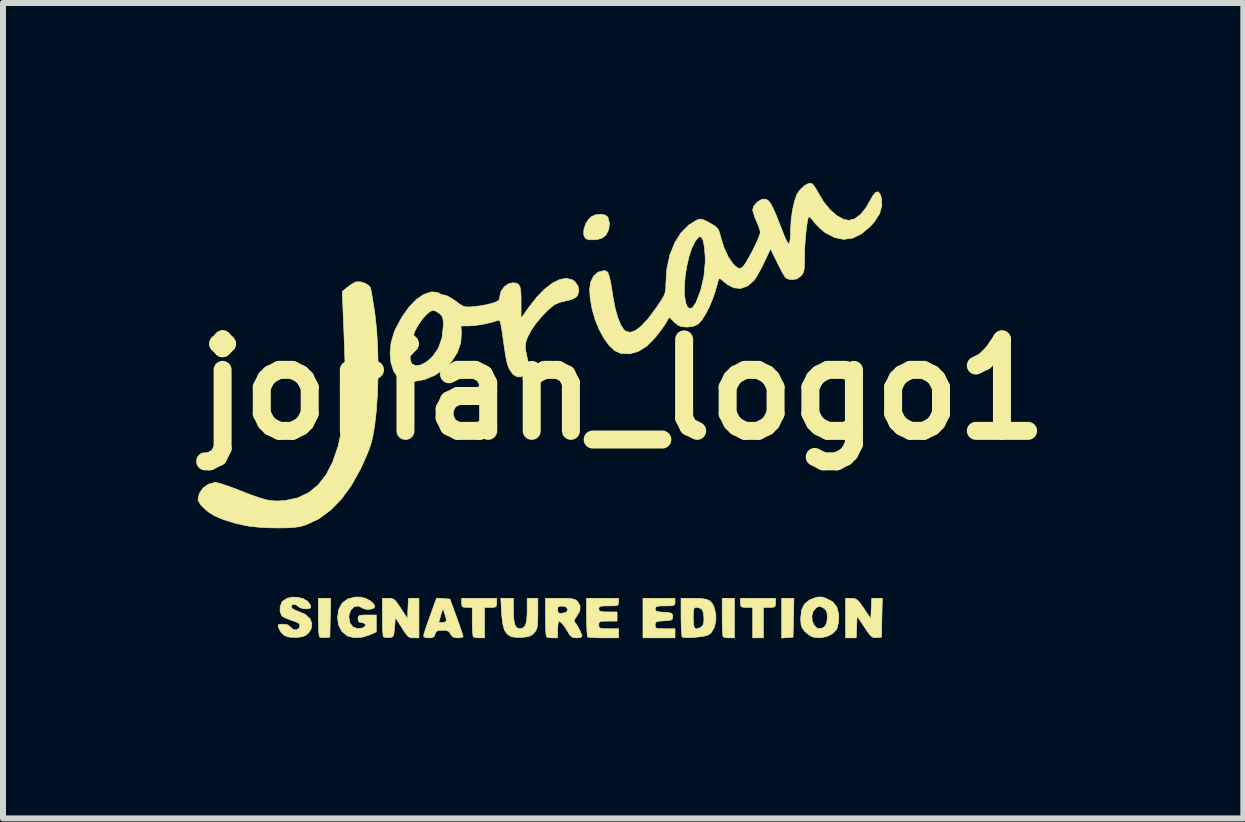
<source format=kicad_pcb>
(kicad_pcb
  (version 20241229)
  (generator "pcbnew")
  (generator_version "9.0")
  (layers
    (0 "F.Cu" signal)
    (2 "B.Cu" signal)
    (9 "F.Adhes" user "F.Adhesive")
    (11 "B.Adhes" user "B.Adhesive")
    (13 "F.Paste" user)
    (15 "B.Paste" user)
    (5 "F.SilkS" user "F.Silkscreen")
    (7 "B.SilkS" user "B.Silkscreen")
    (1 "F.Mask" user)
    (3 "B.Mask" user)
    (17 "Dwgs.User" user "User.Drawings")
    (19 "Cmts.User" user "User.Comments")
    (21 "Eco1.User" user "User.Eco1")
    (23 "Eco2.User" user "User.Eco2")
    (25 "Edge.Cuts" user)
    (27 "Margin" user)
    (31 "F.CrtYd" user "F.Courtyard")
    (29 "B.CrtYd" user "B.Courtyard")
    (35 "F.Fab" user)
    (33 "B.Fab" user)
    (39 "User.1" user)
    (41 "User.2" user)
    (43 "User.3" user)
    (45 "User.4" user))
  (footprint "jorian_logo1"
    (layer "F.Cu")
    (at 7.337 3.442)
    (property "Reference" "jorian_logo1" (at 0 0 0) (layer "F.SilkS") (effects (font (size 1.524 1.524) (thickness 0.3))))
    (attr through_hole)
    (fp_poly (pts (xy 2.839 3.804) (xy 2.832 4.128) (xy 2.642 4.143) (xy 2.642 3.48) (xy 2.846 3.48) (xy 2.839 3.804)) (stroke (width 0.01) (type solid)) (fill yes) (layer "F.SilkS"))
    (fp_poly (pts (xy -4.882 3.804) (xy -4.889 4.128) (xy -4.967 4.135) (xy -5.027 4.135) (xy -5.062 4.124) (xy -5.069 4.093) (xy -5.075 4.022) (xy -5.078 3.921) (xy -5.08 3.8) (xy -5.08 3.793) (xy -5.08 3.48) (xy -4.875 3.48) (xy -4.882 3.804)) (stroke (width 0.01) (type solid)) (fill yes) (layer "F.SilkS"))
    (fp_poly (pts (xy 1.854 4.14) (xy 1.77 4.14) (xy 1.707 4.136) (xy 1.669 4.124) (xy 1.668 4.123) (xy 1.661 4.093) (xy 1.656 4.022) (xy 1.652 3.921) (xy 1.651 3.8) (xy 1.651 3.793) (xy 1.651 3.48) (xy 1.854 3.48) (xy 1.854 4.14)) (stroke (width 0.01) (type solid)) (fill yes) (layer "F.SilkS"))
    (fp_poly (pts (xy 2.54 3.556) (xy 2.536 3.605) (xy 2.514 3.627) (xy 2.46 3.632) (xy 2.438 3.632) (xy 2.337 3.632) (xy 2.337 4.14) (xy 2.159 4.14) (xy 2.159 3.632) (xy 2.057 3.632) (xy 1.992 3.629) (xy 1.963 3.613) (xy 1.956 3.572) (xy 1.956 3.556) (xy 1.956 3.48) (xy 2.54 3.48) (xy 2.54 3.556)) (stroke (width 0.01) (type solid)) (fill yes) (layer "F.SilkS"))
    (fp_poly (pts (xy -0.301 -2.908) (xy -0.255 -2.873) (xy -0.255 -2.872) (xy -0.229 -2.776) (xy -0.239 -2.671) (xy -0.283 -2.581) (xy -0.287 -2.576) (xy -0.343 -2.528) (xy -0.418 -2.503) (xy -0.471 -2.496) (xy -0.571 -2.496) (xy -0.627 -2.516) (xy -0.629 -2.518) (xy -0.658 -2.58) (xy -0.655 -2.665) (xy -0.627 -2.755) (xy -0.576 -2.837) (xy -0.528 -2.881) (xy -0.456 -2.913) (xy -0.374 -2.921) (xy -0.301 -2.908)) (stroke (width 0.01) (type solid)) (fill yes) (layer "F.SilkS"))
    (fp_poly (pts (xy -2.108 3.556) (xy -2.112 3.605) (xy -2.134 3.627) (xy -2.188 3.632) (xy -2.21 3.632) (xy -2.311 3.632) (xy -2.311 4.14) (xy -2.396 4.14) (xy -2.459 4.136) (xy -2.497 4.124) (xy -2.498 4.123) (xy -2.505 4.092) (xy -2.511 4.022) (xy -2.514 3.926) (xy -2.515 3.869) (xy -2.515 3.632) (xy -2.603 3.632) (xy -2.663 3.628) (xy -2.688 3.606) (xy -2.692 3.556) (xy -2.692 3.48) (xy -2.108 3.48) (xy -2.108 3.556)) (stroke (width 0.01) (type solid)) (fill yes) (layer "F.SilkS"))
    (fp_poly (pts (xy 4.312 3.804) (xy 4.305 4.128) (xy 4.224 4.135) (xy 4.182 4.136) (xy 4.148 4.123) (xy 4.112 4.089) (xy 4.065 4.025) (xy 4.021 3.96) (xy 3.899 3.776) (xy 3.884 4.14) (xy 3.708 4.14) (xy 3.708 3.48) (xy 3.804 3.48) (xy 3.853 3.484) (xy 3.892 3.499) (xy 3.93 3.535) (xy 3.978 3.6) (xy 4.013 3.652) (xy 4.128 3.823) (xy 4.135 3.651) (xy 4.143 3.48) (xy 4.32 3.48) (xy 4.312 3.804)) (stroke (width 0.01) (type solid)) (fill yes) (layer "F.SilkS"))
    (fp_poly (pts (xy -3.864 3.482) (xy -3.825 3.496) (xy -3.789 3.53) (xy -3.743 3.593) (xy -3.705 3.65) (xy -3.594 3.821) (xy -3.587 3.65) (xy -3.579 3.48) (xy -3.404 3.48) (xy -3.404 4.14) (xy -3.493 4.14) (xy -3.541 4.137) (xy -3.578 4.121) (xy -3.614 4.083) (xy -3.661 4.015) (xy -3.69 3.969) (xy -3.797 3.798) (xy -3.81 3.963) (xy -3.818 4.051) (xy -3.829 4.101) (xy -3.849 4.125) (xy -3.884 4.133) (xy -3.9 4.135) (xy -3.96 4.135) (xy -3.995 4.124) (xy -4.002 4.093) (xy -4.008 4.022) (xy -4.012 3.921) (xy -4.013 3.8) (xy -4.013 3.793) (xy -4.013 3.48) (xy -3.915 3.48) (xy -3.864 3.482)) (stroke (width 0.01) (type solid)) (fill yes) (layer "F.SilkS"))
    (fp_poly (pts (xy -1.829 3.685) (xy -1.824 3.822) (xy -1.808 3.915) (xy -1.779 3.968) (xy -1.736 3.987) (xy -1.728 3.988) (xy -1.671 3.976) (xy -1.633 3.937) (xy -1.61 3.864) (xy -1.601 3.75) (xy -1.6 3.694) (xy -1.6 3.48) (xy -1.422 3.48) (xy -1.422 3.732) (xy -1.424 3.851) (xy -1.428 3.931) (xy -1.439 3.984) (xy -1.458 4.024) (xy -1.482 4.054) (xy -1.529 4.097) (xy -1.588 4.12) (xy -1.678 4.131) (xy -1.678 4.131) (xy -1.767 4.132) (xy -1.843 4.124) (xy -1.872 4.116) (xy -1.933 4.076) (xy -1.977 4.013) (xy -2.005 3.917) (xy -2.022 3.783) (xy -2.026 3.72) (xy -2.039 3.48) (xy -1.829 3.48) (xy -1.829 3.685)) (stroke (width 0.01) (type solid)) (fill yes) (layer "F.SilkS"))
    (fp_poly (pts (xy 0.864 3.543) (xy 0.861 3.577) (xy 0.844 3.596) (xy 0.803 3.605) (xy 0.725 3.607) (xy 0.699 3.607) (xy 0.609 3.608) (xy 0.559 3.616) (xy 0.538 3.632) (xy 0.533 3.656) (xy 0.54 3.685) (xy 0.569 3.702) (xy 0.631 3.71) (xy 0.679 3.713) (xy 0.762 3.719) (xy 0.805 3.73) (xy 0.823 3.752) (xy 0.826 3.785) (xy 0.822 3.821) (xy 0.802 3.841) (xy 0.754 3.851) (xy 0.679 3.856) (xy 0.597 3.862) (xy 0.553 3.873) (xy 0.536 3.894) (xy 0.533 3.926) (xy 0.536 3.959) (xy 0.553 3.978) (xy 0.595 3.986) (xy 0.674 3.988) (xy 0.699 3.988) (xy 0.864 3.988) (xy 0.864 4.14) (xy 0.33 4.14) (xy 0.33 3.48) (xy 0.864 3.48) (xy 0.864 3.543)) (stroke (width 0.01) (type solid)) (fill yes) (layer "F.SilkS"))
    (fp_poly (pts (xy -0.076 3.543) (xy -0.079 3.577) (xy -0.095 3.596) (xy -0.137 3.605) (xy -0.214 3.607) (xy -0.241 3.607) (xy -0.331 3.608) (xy -0.38 3.615) (xy -0.402 3.631) (xy -0.406 3.658) (xy -0.401 3.686) (xy -0.376 3.701) (xy -0.322 3.707) (xy -0.254 3.708) (xy -0.102 3.708) (xy -0.102 3.861) (xy -0.254 3.861) (xy -0.338 3.862) (xy -0.384 3.869) (xy -0.403 3.888) (xy -0.406 3.922) (xy -0.406 3.924) (xy -0.404 3.958) (xy -0.387 3.977) (xy -0.346 3.986) (xy -0.268 3.988) (xy -0.241 3.988) (xy -0.076 3.988) (xy -0.076 4.14) (xy -0.326 4.14) (xy -0.434 4.139) (xy -0.522 4.134) (xy -0.579 4.128) (xy -0.593 4.123) (xy -0.599 4.093) (xy -0.604 4.022) (xy -0.608 3.921) (xy -0.61 3.8) (xy -0.61 3.793) (xy -0.61 3.48) (xy -0.076 3.48) (xy -0.076 3.543)) (stroke (width 0.01) (type solid)) (fill yes) (layer "F.SilkS"))
    (fp_poly (pts (xy 1.3 3.484) (xy 1.39 3.498) (xy 1.451 3.528) (xy 1.492 3.577) (xy 1.513 3.621) (xy 1.544 3.739) (xy 1.545 3.86) (xy 1.518 3.969) (xy 1.466 4.055) (xy 1.42 4.091) (xy 1.369 4.107) (xy 1.289 4.121) (xy 1.196 4.131) (xy 1.104 4.137) (xy 1.03 4.136) (xy 0.987 4.128) (xy 0.984 4.126) (xy 0.977 4.094) (xy 0.971 4.022) (xy 0.967 3.921) (xy 0.965 3.81) (xy 1.168 3.81) (xy 1.172 3.913) (xy 1.186 3.971) (xy 1.216 3.991) (xy 1.266 3.977) (xy 1.297 3.962) (xy 1.329 3.931) (xy 1.344 3.875) (xy 1.346 3.814) (xy 1.337 3.715) (xy 1.306 3.657) (xy 1.248 3.633) (xy 1.227 3.632) (xy 1.196 3.636) (xy 1.179 3.653) (xy 1.171 3.695) (xy 1.168 3.773) (xy 1.168 3.81) (xy 0.965 3.81) (xy 0.965 3.8) (xy 0.965 3.793) (xy 0.965 3.48) (xy 1.17 3.48) (xy 1.3 3.484)) (stroke (width 0.01) (type solid)) (fill yes) (layer "F.SilkS"))
    (fp_poly (pts (xy -4.374 3.461) (xy -4.288 3.484) (xy -4.211 3.526) (xy -4.157 3.577) (xy -4.14 3.621) (xy -4.162 3.648) (xy -4.214 3.663) (xy -4.277 3.665) (xy -4.332 3.651) (xy -4.345 3.642) (xy -4.413 3.609) (xy -4.479 3.619) (xy -4.533 3.666) (xy -4.566 3.743) (xy -4.572 3.797) (xy -4.553 3.895) (xy -4.5 3.961) (xy -4.422 3.988) (xy -4.333 3.972) (xy -4.296 3.942) (xy -4.3 3.908) (xy -4.341 3.887) (xy -4.356 3.886) (xy -4.404 3.876) (xy -4.419 3.834) (xy -4.42 3.823) (xy -4.416 3.788) (xy -4.399 3.769) (xy -4.355 3.761) (xy -4.273 3.759) (xy -4.267 3.759) (xy -4.115 3.759) (xy -4.115 4.041) (xy -4.223 4.09) (xy -4.345 4.128) (xy -4.468 4.137) (xy -4.575 4.117) (xy -4.595 4.108) (xy -4.689 4.033) (xy -4.744 3.926) (xy -4.761 3.8) (xy -4.74 3.664) (xy -4.682 3.559) (xy -4.589 3.49) (xy -4.466 3.459) (xy -4.374 3.461)) (stroke (width 0.01) (type solid)) (fill yes) (layer "F.SilkS"))
    (fp_poly (pts (xy 3.308 3.459) (xy 3.382 3.481) (xy 3.492 3.539) (xy 3.561 3.625) (xy 3.592 3.743) (xy 3.594 3.795) (xy 3.587 3.886) (xy 3.57 3.967) (xy 3.559 3.996) (xy 3.494 4.067) (xy 3.398 4.116) (xy 3.287 4.138) (xy 3.176 4.129) (xy 3.137 4.116) (xy 3.085 4.083) (xy 3.027 4.032) (xy 3.023 4.027) (xy 2.985 3.976) (xy 2.965 3.918) (xy 2.959 3.833) (xy 2.959 3.81) (xy 2.963 3.774) (xy 3.145 3.774) (xy 3.151 3.855) (xy 3.18 3.927) (xy 3.228 3.975) (xy 3.277 3.988) (xy 3.332 3.971) (xy 3.364 3.948) (xy 3.392 3.891) (xy 3.404 3.804) (xy 3.404 3.796) (xy 3.398 3.718) (xy 3.374 3.671) (xy 3.34 3.643) (xy 3.29 3.616) (xy 3.251 3.62) (xy 3.213 3.643) (xy 3.165 3.698) (xy 3.145 3.774) (xy 2.963 3.774) (xy 2.974 3.676) (xy 3.021 3.578) (xy 3.105 3.509) (xy 3.171 3.481) (xy 3.247 3.459) (xy 3.308 3.459)) (stroke (width 0.01) (type solid)) (fill yes) (layer "F.SilkS"))
    (fp_poly (pts (xy -2.999 3.485) (xy -2.887 3.493) (xy -2.777 3.796) (xy -2.735 3.912) (xy -2.701 4.011) (xy -2.677 4.083) (xy -2.667 4.119) (xy -2.667 4.12) (xy -2.689 4.133) (xy -2.744 4.14) (xy -2.756 4.14) (xy -2.825 4.131) (xy -2.864 4.098) (xy -2.875 4.077) (xy -2.903 4.035) (xy -2.947 4.017) (xy -3.011 4.013) (xy -3.081 4.017) (xy -3.117 4.035) (xy -3.134 4.075) (xy -3.135 4.077) (xy -3.155 4.121) (xy -3.198 4.138) (xy -3.239 4.14) (xy -3.302 4.132) (xy -3.327 4.11) (xy -3.327 4.108) (xy -3.319 4.073) (xy -3.297 4.001) (xy -3.263 3.902) (xy -3.256 3.88) (xy -3.073 3.88) (xy -3.052 3.885) (xy -3.01 3.886) (xy -2.961 3.874) (xy -2.946 3.852) (xy -2.954 3.806) (xy -2.974 3.739) (xy -2.976 3.733) (xy -3.005 3.648) (xy -3.039 3.761) (xy -3.059 3.829) (xy -3.071 3.872) (xy -3.073 3.88) (xy -3.256 3.88) (xy -3.223 3.786) (xy -3.219 3.777) (xy -3.111 3.478) (xy -2.999 3.485)) (stroke (width 0.01) (type solid)) (fill yes) (layer "F.SilkS"))
    (fp_poly (pts (xy -5.42 3.464) (xy -5.329 3.489) (xy -5.256 3.533) (xy -5.213 3.594) (xy -5.207 3.631) (xy -5.228 3.651) (xy -5.279 3.657) (xy -5.34 3.651) (xy -5.392 3.634) (xy -5.41 3.619) (xy -5.454 3.588) (xy -5.5 3.582) (xy -5.53 3.601) (xy -5.533 3.625) (xy -5.502 3.661) (xy -5.431 3.694) (xy -5.41 3.701) (xy -5.297 3.75) (xy -5.222 3.818) (xy -5.188 3.899) (xy -5.199 3.986) (xy -5.241 4.054) (xy -5.289 4.097) (xy -5.349 4.121) (xy -5.438 4.132) (xy -5.563 4.128) (xy -5.642 4.103) (xy -5.7 4.051) (xy -5.736 3.988) (xy -5.751 3.938) (xy -5.741 3.917) (xy -5.694 3.912) (xy -5.669 3.912) (xy -5.59 3.923) (xy -5.543 3.962) (xy -5.542 3.964) (xy -5.496 4.003) (xy -5.443 4.007) (xy -5.401 3.977) (xy -5.39 3.946) (xy -5.392 3.912) (xy -5.419 3.887) (xy -5.48 3.863) (xy -5.52 3.851) (xy -5.602 3.821) (xy -5.667 3.789) (xy -5.691 3.771) (xy -5.719 3.701) (xy -5.717 3.617) (xy -5.686 3.542) (xy -5.678 3.531) (xy -5.607 3.483) (xy -5.517 3.461) (xy -5.42 3.464)) (stroke (width 0.01) (type solid)) (fill yes) (layer "F.SilkS"))
    (fp_poly (pts (xy -0.937 3.481) (xy -0.86 3.487) (xy -0.809 3.499) (xy -0.775 3.519) (xy -0.762 3.531) (xy -0.718 3.605) (xy -0.722 3.69) (xy -0.775 3.78) (xy -0.775 3.781) (xy -0.813 3.837) (xy -0.816 3.87) (xy -0.813 3.873) (xy -0.785 3.906) (xy -0.748 3.967) (xy -0.713 4.035) (xy -0.69 4.093) (xy -0.686 4.114) (xy -0.708 4.131) (xy -0.763 4.14) (xy -0.776 4.14) (xy -0.845 4.131) (xy -0.889 4.095) (xy -0.909 4.061) (xy -0.964 3.97) (xy -1.016 3.902) (xy -1.057 3.864) (xy -1.069 3.861) (xy -1.082 3.884) (xy -1.09 3.943) (xy -1.092 4) (xy -1.092 4.14) (xy -1.177 4.14) (xy -1.24 4.136) (xy -1.277 4.124) (xy -1.278 4.123) (xy -1.285 4.093) (xy -1.29 4.022) (xy -1.294 3.921) (xy -1.295 3.8) (xy -1.295 3.793) (xy -1.295 3.67) (xy -1.092 3.67) (xy -1.086 3.716) (xy -1.059 3.731) (xy -1.01 3.729) (xy -0.95 3.715) (xy -0.928 3.684) (xy -0.927 3.67) (xy -0.94 3.632) (xy -0.988 3.614) (xy -1.01 3.612) (xy -1.066 3.611) (xy -1.089 3.631) (xy -1.092 3.67) (xy -1.295 3.67) (xy -1.295 3.48) (xy -1.054 3.48) (xy -0.937 3.481)) (stroke (width 0.01) (type solid)) (fill yes) (layer "F.SilkS"))
    (fp_poly (pts (xy -4.298 -1.768) (xy -4.234 -1.725) (xy -4.217 -1.702) (xy -4.205 -1.663) (xy -4.189 -1.583) (xy -4.171 -1.472) (xy -4.15 -1.339) (xy -4.136 -1.242) (xy -4.11 -0.999) (xy -4.093 -0.734) (xy -4.086 -0.457) (xy -4.087 -0.176) (xy -4.097 0.099) (xy -4.115 0.358) (xy -4.141 0.592) (xy -4.175 0.793) (xy -4.206 0.914) (xy -4.234 0.994) (xy -4.278 1.104) (xy -4.333 1.229) (xy -4.382 1.333) (xy -4.53 1.599) (xy -4.697 1.827) (xy -4.88 2.014) (xy -5.077 2.158) (xy -5.285 2.255) (xy -5.386 2.284) (xy -5.481 2.298) (xy -5.613 2.306) (xy -5.766 2.308) (xy -5.927 2.304) (xy -6.082 2.295) (xy -6.217 2.281) (xy -6.265 2.274) (xy -6.479 2.226) (xy -6.674 2.164) (xy -6.811 2.106) (xy -6.901 2.05) (xy -6.983 1.982) (xy -7.048 1.912) (xy -7.083 1.85) (xy -7.087 1.831) (xy -7.063 1.73) (xy -7.001 1.642) (xy -6.912 1.578) (xy -6.807 1.55) (xy -6.793 1.549) (xy -6.746 1.559) (xy -6.663 1.584) (xy -6.553 1.622) (xy -6.427 1.669) (xy -6.372 1.691) (xy -6.201 1.757) (xy -6.066 1.805) (xy -5.956 1.837) (xy -5.861 1.854) (xy -5.771 1.859) (xy -5.675 1.854) (xy -5.629 1.85) (xy -5.424 1.806) (xy -5.242 1.72) (xy -5.085 1.592) (xy -4.951 1.42) (xy -4.84 1.205) (xy -4.751 0.946) (xy -4.685 0.642) (xy -4.64 0.293) (xy -4.634 0.221) (xy -4.631 0.14) (xy -4.63 0.016) (xy -4.631 -0.142) (xy -4.634 -0.326) (xy -4.639 -0.526) (xy -4.646 -0.736) (xy -4.649 -0.817) (xy -4.682 -1.633) (xy -4.595 -1.705) (xy -4.528 -1.754) (xy -4.466 -1.788) (xy -4.451 -1.794) (xy -4.378 -1.794) (xy -4.298 -1.768)) (stroke (width 0.01) (type solid)) (fill yes) (layer "F.SilkS"))
    (fp_poly (pts (xy -0.851 -1.83) (xy -0.799 -1.792) (xy -0.75 -1.715) (xy -0.739 -1.632) (xy -0.767 -1.558) (xy -0.784 -1.54) (xy -0.837 -1.51) (xy -0.917 -1.485) (xy -0.958 -1.477) (xy -1.05 -1.454) (xy -1.134 -1.419) (xy -1.159 -1.404) (xy -1.252 -1.326) (xy -1.354 -1.22) (xy -1.451 -1.105) (xy -1.527 -0.997) (xy -1.533 -0.986) (xy -1.595 -0.87) (xy -1.627 -0.775) (xy -1.631 -0.685) (xy -1.612 -0.583) (xy -1.611 -0.579) (xy -1.584 -0.456) (xy -1.578 -0.368) (xy -1.595 -0.303) (xy -1.627 -0.259) (xy -1.696 -0.212) (xy -1.769 -0.211) (xy -1.837 -0.254) (xy -1.896 -0.338) (xy -1.931 -0.428) (xy -1.945 -0.489) (xy -1.963 -0.587) (xy -1.982 -0.709) (xy -2 -0.841) (xy -2.001 -0.845) (xy -2.02 -0.98) (xy -2.035 -1.072) (xy -2.049 -1.127) (xy -2.064 -1.152) (xy -2.08 -1.155) (xy -2.082 -1.154) (xy -2.194 -1.119) (xy -2.331 -1.088) (xy -2.467 -1.067) (xy -2.564 -1.06) (xy -2.705 -1.059) (xy -2.696 -0.951) (xy -2.707 -0.782) (xy -2.762 -0.62) (xy -2.856 -0.472) (xy -2.982 -0.342) (xy -3.135 -0.239) (xy -3.308 -0.166) (xy -3.495 -0.132) (xy -3.505 -0.131) (xy -3.598 -0.128) (xy -3.657 -0.133) (xy -3.699 -0.153) (xy -3.742 -0.19) (xy -3.751 -0.199) (xy -3.826 -0.308) (xy -3.871 -0.449) (xy -3.883 -0.588) (xy -3.552 -0.588) (xy -3.548 -0.494) (xy -3.527 -0.433) (xy -3.522 -0.426) (xy -3.46 -0.398) (xy -3.378 -0.408) (xy -3.285 -0.454) (xy -3.191 -0.533) (xy -3.183 -0.541) (xy -3.081 -0.686) (xy -3.019 -0.861) (xy -2.997 -1.065) (xy -2.997 -1.07) (xy -3 -1.157) (xy -3.013 -1.211) (xy -3.043 -1.25) (xy -3.064 -1.268) (xy -3.121 -1.305) (xy -3.168 -1.321) (xy -3.169 -1.321) (xy -3.22 -1.3) (xy -3.285 -1.244) (xy -3.354 -1.165) (xy -3.418 -1.072) (xy -3.469 -0.978) (xy -3.479 -0.953) (xy -3.517 -0.83) (xy -3.542 -0.704) (xy -3.552 -0.588) (xy -3.883 -0.588) (xy -3.885 -0.609) (xy -3.868 -0.781) (xy -3.818 -0.953) (xy -3.79 -1.017) (xy -3.685 -1.211) (xy -3.57 -1.372) (xy -3.45 -1.497) (xy -3.329 -1.582) (xy -3.211 -1.623) (xy -3.172 -1.626) (xy -3.106 -1.619) (xy -3.064 -1.604) (xy -3.061 -1.6) (xy -3.026 -1.58) (xy -2.986 -1.575) (xy -2.935 -1.56) (xy -2.863 -1.521) (xy -2.79 -1.471) (xy -2.716 -1.416) (xy -2.661 -1.386) (xy -2.605 -1.375) (xy -2.529 -1.378) (xy -2.489 -1.381) (xy -2.375 -1.395) (xy -2.257 -1.418) (xy -2.191 -1.435) (xy -2.113 -1.461) (xy -2.074 -1.485) (xy -2.059 -1.519) (xy -2.057 -1.548) (xy -2.036 -1.635) (xy -1.982 -1.712) (xy -1.907 -1.764) (xy -1.844 -1.778) (xy -1.786 -1.773) (xy -1.746 -1.755) (xy -1.721 -1.713) (xy -1.707 -1.642) (xy -1.702 -1.532) (xy -1.702 -1.451) (xy -1.702 -1.186) (xy -1.578 -1.361) (xy -1.444 -1.534) (xy -1.31 -1.672) (xy -1.18 -1.772) (xy -1.058 -1.833) (xy -0.947 -1.853) (xy -0.851 -1.83)) (stroke (width 0.01) (type solid)) (fill yes) (layer "F.SilkS"))
    (fp_poly (pts (xy 3.141 -3.436) (xy 3.171 -3.408) (xy 3.213 -3.347) (xy 3.25 -3.28) (xy 3.342 -3.127) (xy 3.447 -2.998) (xy 3.559 -2.899) (xy 3.671 -2.838) (xy 3.763 -2.819) (xy 3.857 -2.844) (xy 3.952 -2.913) (xy 4.042 -3.021) (xy 4.103 -3.127) (xy 4.163 -3.232) (xy 4.212 -3.288) (xy 4.252 -3.295) (xy 4.284 -3.254) (xy 4.303 -3.196) (xy 4.312 -3.062) (xy 4.272 -2.926) (xy 4.182 -2.788) (xy 4.114 -2.713) (xy 3.968 -2.592) (xy 3.822 -2.522) (xy 3.674 -2.502) (xy 3.524 -2.533) (xy 3.37 -2.613) (xy 3.363 -2.618) (xy 3.28 -2.687) (xy 3.2 -2.769) (xy 3.18 -2.795) (xy 3.135 -2.85) (xy 3.101 -2.878) (xy 3.091 -2.878) (xy 3.076 -2.832) (xy 3.062 -2.747) (xy 3.048 -2.635) (xy 3.036 -2.506) (xy 3.027 -2.372) (xy 3.023 -2.246) (xy 3.023 -2.207) (xy 3.022 -2.09) (xy 3.017 -2.011) (xy 3.007 -1.96) (xy 2.989 -1.924) (xy 2.961 -1.891) (xy 2.959 -1.89) (xy 2.897 -1.844) (xy 2.824 -1.832) (xy 2.8 -1.834) (xy 2.758 -1.839) (xy 2.725 -1.852) (xy 2.695 -1.881) (xy 2.662 -1.934) (xy 2.617 -2.02) (xy 2.58 -2.093) (xy 2.456 -2.344) (xy 2.35 -2.118) (xy 2.296 -2.01) (xy 2.241 -1.911) (xy 2.194 -1.836) (xy 2.176 -1.813) (xy 2.074 -1.725) (xy 1.962 -1.685) (xy 1.846 -1.694) (xy 1.732 -1.753) (xy 1.69 -1.788) (xy 1.635 -1.836) (xy 1.604 -1.85) (xy 1.59 -1.833) (xy 1.589 -1.831) (xy 1.577 -1.786) (xy 1.555 -1.71) (xy 1.535 -1.638) (xy 1.491 -1.508) (xy 1.435 -1.376) (xy 1.373 -1.255) (xy 1.311 -1.157) (xy 1.256 -1.096) (xy 1.255 -1.095) (xy 1.178 -1.055) (xy 1.073 -1.041) (xy 1.061 -1.041) (xy 0.976 -1.047) (xy 0.916 -1.069) (xy 0.857 -1.119) (xy 0.852 -1.124) (xy 0.769 -1.207) (xy 0.715 -1.113) (xy 0.671 -1.046) (xy 0.607 -0.959) (xy 0.537 -0.87) (xy 0.53 -0.862) (xy 0.393 -0.723) (xy 0.252 -0.634) (xy 0.107 -0.594) (xy -0.041 -0.602) (xy -0.136 -0.644) (xy -0.23 -0.729) (xy -0.318 -0.85) (xy -0.399 -0.997) (xy -0.467 -1.164) (xy -0.518 -1.342) (xy -0.55 -1.524) (xy -0.559 -1.67) (xy -0.541 -1.793) (xy -0.492 -1.891) (xy -0.418 -1.956) (xy -0.325 -1.98) (xy -0.292 -1.977) (xy -0.267 -1.961) (xy -0.245 -1.925) (xy -0.226 -1.864) (xy -0.206 -1.771) (xy -0.184 -1.637) (xy -0.167 -1.526) (xy -0.133 -1.351) (xy -0.09 -1.199) (xy -0.041 -1.078) (xy 0.012 -0.996) (xy 0.048 -0.967) (xy 0.121 -0.953) (xy 0.206 -0.983) (xy 0.303 -1.058) (xy 0.415 -1.179) (xy 0.541 -1.347) (xy 0.581 -1.405) (xy 0.643 -1.499) (xy 0.682 -1.567) (xy 0.702 -1.626) (xy 0.71 -1.69) (xy 0.711 -1.718) (xy 1.02 -1.718) (xy 1.022 -1.568) (xy 1.042 -1.444) (xy 1.043 -1.441) (xy 1.075 -1.369) (xy 1.116 -1.345) (xy 1.162 -1.371) (xy 1.212 -1.446) (xy 1.217 -1.456) (xy 1.295 -1.66) (xy 1.346 -1.889) (xy 1.368 -2.123) (xy 1.367 -2.22) (xy 1.354 -2.374) (xy 1.334 -2.481) (xy 1.305 -2.538) (xy 1.269 -2.547) (xy 1.254 -2.537) (xy 1.196 -2.464) (xy 1.142 -2.351) (xy 1.096 -2.209) (xy 1.059 -2.049) (xy 1.033 -1.881) (xy 1.02 -1.718) (xy 0.711 -1.718) (xy 0.712 -1.771) (xy 0.729 -2.016) (xy 0.778 -2.241) (xy 0.857 -2.44) (xy 0.961 -2.608) (xy 1.09 -2.738) (xy 1.209 -2.813) (xy 1.259 -2.835) (xy 1.298 -2.84) (xy 1.343 -2.827) (xy 1.411 -2.793) (xy 1.443 -2.776) (xy 1.521 -2.73) (xy 1.568 -2.691) (xy 1.597 -2.642) (xy 1.62 -2.565) (xy 1.628 -2.533) (xy 1.684 -2.356) (xy 1.755 -2.204) (xy 1.836 -2.089) (xy 1.856 -2.069) (xy 1.907 -2.026) (xy 1.945 -2.018) (xy 1.982 -2.032) (xy 2.012 -2.065) (xy 2.057 -2.133) (xy 2.109 -2.225) (xy 2.164 -2.329) (xy 2.215 -2.433) (xy 2.256 -2.526) (xy 2.281 -2.596) (xy 2.286 -2.625) (xy 2.276 -2.666) (xy 2.251 -2.736) (xy 2.223 -2.804) (xy 2.188 -2.889) (xy 2.165 -2.962) (xy 2.159 -2.999) (xy 2.181 -3.062) (xy 2.234 -3.122) (xy 2.301 -3.165) (xy 2.349 -3.175) (xy 2.386 -3.168) (xy 2.422 -3.145) (xy 2.458 -3.098) (xy 2.498 -3.023) (xy 2.547 -2.914) (xy 2.606 -2.765) (xy 2.633 -2.695) (xy 2.686 -2.56) (xy 2.726 -2.472) (xy 2.754 -2.432) (xy 2.772 -2.44) (xy 2.783 -2.495) (xy 2.789 -2.597) (xy 2.791 -2.678) (xy 2.801 -2.838) (xy 2.824 -2.997) (xy 2.857 -3.14) (xy 2.895 -3.249) (xy 2.9 -3.259) (xy 2.951 -3.332) (xy 3.017 -3.393) (xy 3.084 -3.432) (xy 3.139 -3.437) (xy 3.141 -3.436)) (stroke (width 0.01) (type solid)) (fill yes) (layer "F.SilkS")))
  (gr_rect
    (start -3 -3)
    (end 17.674 10.591)
    (stroke (width 0.1) (type default))
    (fill no)
    (layer "Edge.Cuts")))
</source>
